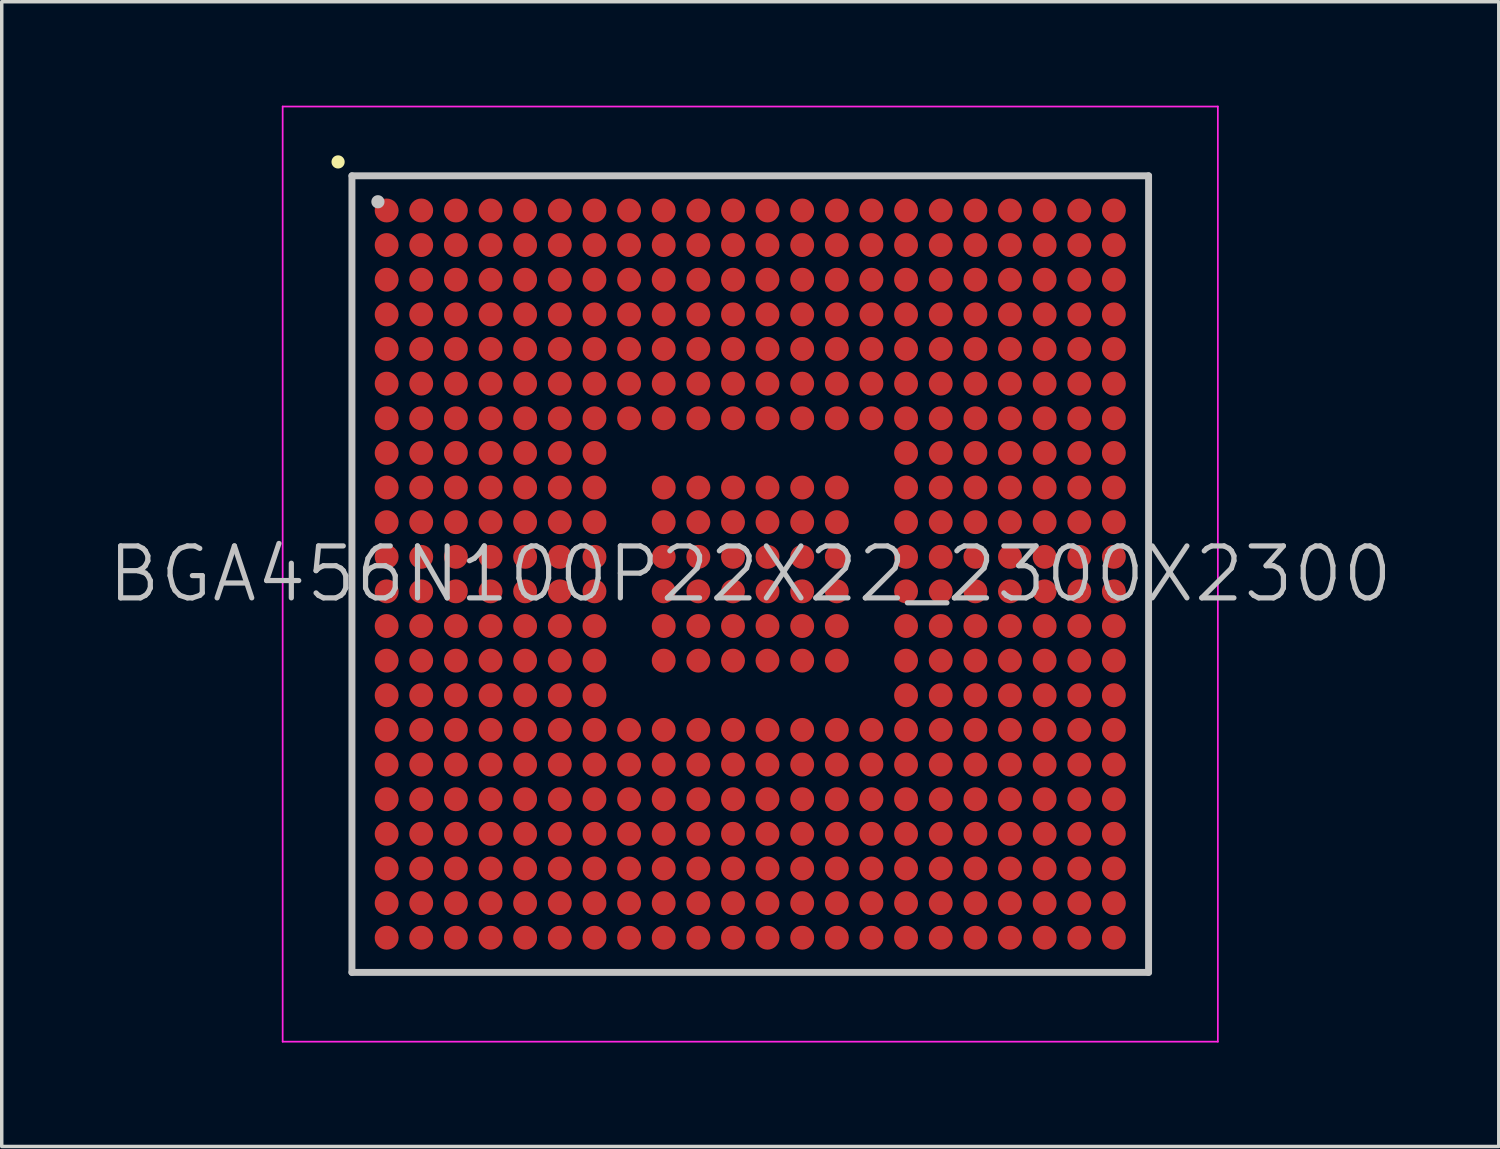
<source format=kicad_pcb>
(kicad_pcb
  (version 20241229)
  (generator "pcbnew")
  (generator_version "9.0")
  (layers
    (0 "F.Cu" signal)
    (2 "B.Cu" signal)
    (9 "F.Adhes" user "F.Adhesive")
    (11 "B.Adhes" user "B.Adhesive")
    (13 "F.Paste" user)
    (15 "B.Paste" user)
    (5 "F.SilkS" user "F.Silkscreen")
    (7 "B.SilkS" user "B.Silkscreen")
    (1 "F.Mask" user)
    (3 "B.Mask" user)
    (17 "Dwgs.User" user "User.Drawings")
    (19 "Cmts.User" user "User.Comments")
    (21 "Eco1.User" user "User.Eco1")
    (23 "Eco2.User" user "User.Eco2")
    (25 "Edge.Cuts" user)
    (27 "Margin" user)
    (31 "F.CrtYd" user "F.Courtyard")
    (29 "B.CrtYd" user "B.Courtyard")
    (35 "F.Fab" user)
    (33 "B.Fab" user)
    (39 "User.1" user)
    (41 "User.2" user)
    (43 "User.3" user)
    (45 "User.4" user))
  (footprint "BGA456N100P22X22_2300X2300"
    (layer "F.Cu")
    (at 18.611 13.525)
    (property "Reference" "BGA456N100P22X22_2300X2300" (at 0 0 0) (layer "Dwgs.User") (effects (font (size 1.5 1.5) (thickness 0.15))))
    (attr smd)
    (fp_line (start -11.9 -11.9) (end -11.9 -11.9) (stroke (width 0.381) (type solid)) (layer "F.SilkS"))
    (fp_line (start -11.5 -11.5) (end -11.5 11.5) (stroke (width 0.2) (type solid)) (layer "Dwgs.User"))
    (fp_line (start -11.5 -11.5) (end 11.5 -11.5) (stroke (width 0.2) (type solid)) (layer "Dwgs.User"))
    (fp_line (start -11.5 11.5) (end 11.5 11.5) (stroke (width 0.2) (type solid)) (layer "Dwgs.User"))
    (fp_line (start -10.75 -10.75) (end -10.75 -10.75) (stroke (width 0.381) (type solid)) (layer "Dwgs.User"))
    (fp_line (start 11.5 -11.5) (end 11.5 11.5) (stroke (width 0.2) (type solid)) (layer "Dwgs.User"))
    (fp_line (start -13.5 -13.5) (end -13.5 13.5) (stroke (width 0.05) (type solid)) (layer "F.CrtYd"))
    (fp_line (start -13.5 -13.5) (end 13.5 -13.5) (stroke (width 0.05) (type solid)) (layer "F.CrtYd"))
    (fp_line (start -13.5 13.5) (end 13.5 13.5) (stroke (width 0.05) (type solid)) (layer "F.CrtYd"))
    (fp_line (start 13.5 -13.5) (end 13.5 13.5) (stroke (width 0.05) (type solid)) (layer "F.CrtYd"))
    (pad "A1" smd circle (at -10.498 -10.498 270) (size 0.69 0.69) (layers "F.Cu" "F.Mask" "F.Paste"))
    (pad "A2" smd circle (at -9.5 -10.498 270) (size 0.69 0.69) (layers "F.Cu" "F.Mask" "F.Paste"))
    (pad "A3" smd circle (at -8.499 -10.498 270) (size 0.69 0.69) (layers "F.Cu" "F.Mask" "F.Paste"))
    (pad "A4" smd circle (at -7.498 -10.498 270) (size 0.69 0.69) (layers "F.Cu" "F.Mask" "F.Paste"))
    (pad "A5" smd circle (at -6.5 -10.498 270) (size 0.69 0.69) (layers "F.Cu" "F.Mask" "F.Paste"))
    (pad "A6" smd circle (at -5.499 -10.498 270) (size 0.69 0.69) (layers "F.Cu" "F.Mask" "F.Paste"))
    (pad "A7" smd circle (at -4.498 -10.498 270) (size 0.69 0.69) (layers "F.Cu" "F.Mask" "F.Paste"))
    (pad "A8" smd circle (at -3.498 -10.498 270) (size 0.69 0.69) (layers "F.Cu" "F.Mask" "F.Paste"))
    (pad "A9" smd circle (at -2.499 -10.498 270) (size 0.69 0.69) (layers "F.Cu" "F.Mask" "F.Paste"))
    (pad "A10" smd circle (at -1.499 -10.498 270) (size 0.69 0.69) (layers "F.Cu" "F.Mask" "F.Paste"))
    (pad "A11" smd circle (at -0.498 -10.498 270) (size 0.69 0.69) (layers "F.Cu" "F.Mask" "F.Paste"))
    (pad "A12" smd circle (at 0.498 -10.498 270) (size 0.69 0.69) (layers "F.Cu" "F.Mask" "F.Paste"))
    (pad "A13" smd circle (at 1.499 -10.498 270) (size 0.69 0.69) (layers "F.Cu" "F.Mask" "F.Paste"))
    (pad "A14" smd circle (at 2.499 -10.498 270) (size 0.69 0.69) (layers "F.Cu" "F.Mask" "F.Paste"))
    (pad "A15" smd circle (at 3.498 -10.498 270) (size 0.69 0.69) (layers "F.Cu" "F.Mask" "F.Paste"))
    (pad "A16" smd circle (at 4.498 -10.498 270) (size 0.69 0.69) (layers "F.Cu" "F.Mask" "F.Paste"))
    (pad "A17" smd circle (at 5.499 -10.498 270) (size 0.69 0.69) (layers "F.Cu" "F.Mask" "F.Paste"))
    (pad "A18" smd circle (at 6.5 -10.498 270) (size 0.69 0.69) (layers "F.Cu" "F.Mask" "F.Paste"))
    (pad "A19" smd circle (at 7.498 -10.498 270) (size 0.69 0.69) (layers "F.Cu" "F.Mask" "F.Paste"))
    (pad "A20" smd circle (at 8.499 -10.498 270) (size 0.69 0.69) (layers "F.Cu" "F.Mask" "F.Paste"))
    (pad "A21" smd circle (at 9.5 -10.498 270) (size 0.69 0.69) (layers "F.Cu" "F.Mask" "F.Paste"))
    (pad "A22" smd circle (at 10.498 -10.498 270) (size 0.69 0.69) (layers "F.Cu" "F.Mask" "F.Paste"))
    (pad "AA1" smd circle (at -10.498 9.5 270) (size 0.69 0.69) (layers "F.Cu" "F.Mask" "F.Paste"))
    (pad "AA2" smd circle (at -9.5 9.5 270) (size 0.69 0.69) (layers "F.Cu" "F.Mask" "F.Paste"))
    (pad "AA3" smd circle (at -8.499 9.5 270) (size 0.69 0.69) (layers "F.Cu" "F.Mask" "F.Paste"))
    (pad "AA4" smd circle (at -7.498 9.5 270) (size 0.69 0.69) (layers "F.Cu" "F.Mask" "F.Paste"))
    (pad "AA5" smd circle (at -6.5 9.5 270) (size 0.69 0.69) (layers "F.Cu" "F.Mask" "F.Paste"))
    (pad "AA6" smd circle (at -5.499 9.5 270) (size 0.69 0.69) (layers "F.Cu" "F.Mask" "F.Paste"))
    (pad "AA7" smd circle (at -4.498 9.5 270) (size 0.69 0.69) (layers "F.Cu" "F.Mask" "F.Paste"))
    (pad "AA8" smd circle (at -3.498 9.5 270) (size 0.69 0.69) (layers "F.Cu" "F.Mask" "F.Paste"))
    (pad "AA9" smd circle (at -2.499 9.5 270) (size 0.69 0.69) (layers "F.Cu" "F.Mask" "F.Paste"))
    (pad "AA10" smd circle (at -1.499 9.5 270) (size 0.69 0.69) (layers "F.Cu" "F.Mask" "F.Paste"))
    (pad "AA11" smd circle (at -0.498 9.5 270) (size 0.69 0.69) (layers "F.Cu" "F.Mask" "F.Paste"))
    (pad "AA12" smd circle (at 0.498 9.5 270) (size 0.69 0.69) (layers "F.Cu" "F.Mask" "F.Paste"))
    (pad "AA13" smd circle (at 1.499 9.5 270) (size 0.69 0.69) (layers "F.Cu" "F.Mask" "F.Paste"))
    (pad "AA14" smd circle (at 2.499 9.5 270) (size 0.69 0.69) (layers "F.Cu" "F.Mask" "F.Paste"))
    (pad "AA15" smd circle (at 3.498 9.5 270) (size 0.69 0.69) (layers "F.Cu" "F.Mask" "F.Paste"))
    (pad "AA16" smd circle (at 4.498 9.5 270) (size 0.69 0.69) (layers "F.Cu" "F.Mask" "F.Paste"))
    (pad "AA17" smd circle (at 5.499 9.5 270) (size 0.69 0.69) (layers "F.Cu" "F.Mask" "F.Paste"))
    (pad "AA18" smd circle (at 6.5 9.5 270) (size 0.69 0.69) (layers "F.Cu" "F.Mask" "F.Paste"))
    (pad "AA19" smd circle (at 7.498 9.5 270) (size 0.69 0.69) (layers "F.Cu" "F.Mask" "F.Paste"))
    (pad "AA20" smd circle (at 8.499 9.5 270) (size 0.69 0.69) (layers "F.Cu" "F.Mask" "F.Paste"))
    (pad "AA21" smd circle (at 9.5 9.5 270) (size 0.69 0.69) (layers "F.Cu" "F.Mask" "F.Paste"))
    (pad "AA22" smd circle (at 10.498 9.5 270) (size 0.69 0.69) (layers "F.Cu" "F.Mask" "F.Paste"))
    (pad "AB1" smd circle (at -10.498 10.498 270) (size 0.69 0.69) (layers "F.Cu" "F.Mask" "F.Paste"))
    (pad "AB2" smd circle (at -9.5 10.498 270) (size 0.69 0.69) (layers "F.Cu" "F.Mask" "F.Paste"))
    (pad "AB3" smd circle (at -8.499 10.498 270) (size 0.69 0.69) (layers "F.Cu" "F.Mask" "F.Paste"))
    (pad "AB4" smd circle (at -7.498 10.498 270) (size 0.69 0.69) (layers "F.Cu" "F.Mask" "F.Paste"))
    (pad "AB5" smd circle (at -6.5 10.498 270) (size 0.69 0.69) (layers "F.Cu" "F.Mask" "F.Paste"))
    (pad "AB6" smd circle (at -5.499 10.498 270) (size 0.69 0.69) (layers "F.Cu" "F.Mask" "F.Paste"))
    (pad "AB7" smd circle (at -4.498 10.498 270) (size 0.69 0.69) (layers "F.Cu" "F.Mask" "F.Paste"))
    (pad "AB8" smd circle (at -3.498 10.498 270) (size 0.69 0.69) (layers "F.Cu" "F.Mask" "F.Paste"))
    (pad "AB9" smd circle (at -2.499 10.498 270) (size 0.69 0.69) (layers "F.Cu" "F.Mask" "F.Paste"))
    (pad "AB10" smd circle (at -1.499 10.498 270) (size 0.69 0.69) (layers "F.Cu" "F.Mask" "F.Paste"))
    (pad "AB11" smd circle (at -0.498 10.498 270) (size 0.69 0.69) (layers "F.Cu" "F.Mask" "F.Paste"))
    (pad "AB12" smd circle (at 0.498 10.498 270) (size 0.69 0.69) (layers "F.Cu" "F.Mask" "F.Paste"))
    (pad "AB13" smd circle (at 1.499 10.498 270) (size 0.69 0.69) (layers "F.Cu" "F.Mask" "F.Paste"))
    (pad "AB14" smd circle (at 2.499 10.498 270) (size 0.69 0.69) (layers "F.Cu" "F.Mask" "F.Paste"))
    (pad "AB15" smd circle (at 3.498 10.498 270) (size 0.69 0.69) (layers "F.Cu" "F.Mask" "F.Paste"))
    (pad "AB16" smd circle (at 4.498 10.498 270) (size 0.69 0.69) (layers "F.Cu" "F.Mask" "F.Paste"))
    (pad "AB17" smd circle (at 5.499 10.498 270) (size 0.69 0.69) (layers "F.Cu" "F.Mask" "F.Paste"))
    (pad "AB18" smd circle (at 6.5 10.498 270) (size 0.69 0.69) (layers "F.Cu" "F.Mask" "F.Paste"))
    (pad "AB19" smd circle (at 7.498 10.498 270) (size 0.69 0.69) (layers "F.Cu" "F.Mask" "F.Paste"))
    (pad "AB20" smd circle (at 8.499 10.498 270) (size 0.69 0.69) (layers "F.Cu" "F.Mask" "F.Paste"))
    (pad "AB21" smd circle (at 9.5 10.498 270) (size 0.69 0.69) (layers "F.Cu" "F.Mask" "F.Paste"))
    (pad "AB22" smd circle (at 10.498 10.498 270) (size 0.69 0.69) (layers "F.Cu" "F.Mask" "F.Paste"))
    (pad "B1" smd circle (at -10.498 -9.5 270) (size 0.69 0.69) (layers "F.Cu" "F.Mask" "F.Paste"))
    (pad "B2" smd circle (at -9.5 -9.5 270) (size 0.69 0.69) (layers "F.Cu" "F.Mask" "F.Paste"))
    (pad "B3" smd circle (at -8.499 -9.5 270) (size 0.69 0.69) (layers "F.Cu" "F.Mask" "F.Paste"))
    (pad "B4" smd circle (at -7.498 -9.5 270) (size 0.69 0.69) (layers "F.Cu" "F.Mask" "F.Paste"))
    (pad "B5" smd circle (at -6.5 -9.5 270) (size 0.69 0.69) (layers "F.Cu" "F.Mask" "F.Paste"))
    (pad "B6" smd circle (at -5.499 -9.5 270) (size 0.69 0.69) (layers "F.Cu" "F.Mask" "F.Paste"))
    (pad "B7" smd circle (at -4.498 -9.5 270) (size 0.69 0.69) (layers "F.Cu" "F.Mask" "F.Paste"))
    (pad "B8" smd circle (at -3.498 -9.5 270) (size 0.69 0.69) (layers "F.Cu" "F.Mask" "F.Paste"))
    (pad "B9" smd circle (at -2.499 -9.5 270) (size 0.69 0.69) (layers "F.Cu" "F.Mask" "F.Paste"))
    (pad "B10" smd circle (at -1.499 -9.5 270) (size 0.69 0.69) (layers "F.Cu" "F.Mask" "F.Paste"))
    (pad "B11" smd circle (at -0.498 -9.5 270) (size 0.69 0.69) (layers "F.Cu" "F.Mask" "F.Paste"))
    (pad "B12" smd circle (at 0.498 -9.5 270) (size 0.69 0.69) (layers "F.Cu" "F.Mask" "F.Paste"))
    (pad "B13" smd circle (at 1.499 -9.5 270) (size 0.69 0.69) (layers "F.Cu" "F.Mask" "F.Paste"))
    (pad "B14" smd circle (at 2.499 -9.5 270) (size 0.69 0.69) (layers "F.Cu" "F.Mask" "F.Paste"))
    (pad "B15" smd circle (at 3.498 -9.5 270) (size 0.69 0.69) (layers "F.Cu" "F.Mask" "F.Paste"))
    (pad "B16" smd circle (at 4.498 -9.5 270) (size 0.69 0.69) (layers "F.Cu" "F.Mask" "F.Paste"))
    (pad "B17" smd circle (at 5.499 -9.5 270) (size 0.69 0.69) (layers "F.Cu" "F.Mask" "F.Paste"))
    (pad "B18" smd circle (at 6.5 -9.5 270) (size 0.69 0.69) (layers "F.Cu" "F.Mask" "F.Paste"))
    (pad "B19" smd circle (at 7.498 -9.5 270) (size 0.69 0.69) (layers "F.Cu" "F.Mask" "F.Paste"))
    (pad "B20" smd circle (at 8.499 -9.5 270) (size 0.69 0.69) (layers "F.Cu" "F.Mask" "F.Paste"))
    (pad "B21" smd circle (at 9.5 -9.5 270) (size 0.69 0.69) (layers "F.Cu" "F.Mask" "F.Paste"))
    (pad "B22" smd circle (at 10.498 -9.5 270) (size 0.69 0.69) (layers "F.Cu" "F.Mask" "F.Paste"))
    (pad "C1" smd circle (at -10.498 -8.499 270) (size 0.69 0.69) (layers "F.Cu" "F.Mask" "F.Paste"))
    (pad "C2" smd circle (at -9.5 -8.499 270) (size 0.69 0.69) (layers "F.Cu" "F.Mask" "F.Paste"))
    (pad "C3" smd circle (at -8.499 -8.499 270) (size 0.69 0.69) (layers "F.Cu" "F.Mask" "F.Paste"))
    (pad "C4" smd circle (at -7.498 -8.499 270) (size 0.69 0.69) (layers "F.Cu" "F.Mask" "F.Paste"))
    (pad "C5" smd circle (at -6.5 -8.499 270) (size 0.69 0.69) (layers "F.Cu" "F.Mask" "F.Paste"))
    (pad "C6" smd circle (at -5.499 -8.499 270) (size 0.69 0.69) (layers "F.Cu" "F.Mask" "F.Paste"))
    (pad "C7" smd circle (at -4.498 -8.499 270) (size 0.69 0.69) (layers "F.Cu" "F.Mask" "F.Paste"))
    (pad "C8" smd circle (at -3.498 -8.499 270) (size 0.69 0.69) (layers "F.Cu" "F.Mask" "F.Paste"))
    (pad "C9" smd circle (at -2.499 -8.499 270) (size 0.69 0.69) (layers "F.Cu" "F.Mask" "F.Paste"))
    (pad "C10" smd circle (at -1.499 -8.499 270) (size 0.69 0.69) (layers "F.Cu" "F.Mask" "F.Paste"))
    (pad "C11" smd circle (at -0.498 -8.499 270) (size 0.69 0.69) (layers "F.Cu" "F.Mask" "F.Paste"))
    (pad "C12" smd circle (at 0.498 -8.499 270) (size 0.69 0.69) (layers "F.Cu" "F.Mask" "F.Paste"))
    (pad "C13" smd circle (at 1.499 -8.499 270) (size 0.69 0.69) (layers "F.Cu" "F.Mask" "F.Paste"))
    (pad "C14" smd circle (at 2.499 -8.499 270) (size 0.69 0.69) (layers "F.Cu" "F.Mask" "F.Paste"))
    (pad "C15" smd circle (at 3.498 -8.499 270) (size 0.69 0.69) (layers "F.Cu" "F.Mask" "F.Paste"))
    (pad "C16" smd circle (at 4.498 -8.499 270) (size 0.69 0.69) (layers "F.Cu" "F.Mask" "F.Paste"))
    (pad "C17" smd circle (at 5.499 -8.499 270) (size 0.69 0.69) (layers "F.Cu" "F.Mask" "F.Paste"))
    (pad "C18" smd circle (at 6.5 -8.499 270) (size 0.69 0.69) (layers "F.Cu" "F.Mask" "F.Paste"))
    (pad "C19" smd circle (at 7.498 -8.499 270) (size 0.69 0.69) (layers "F.Cu" "F.Mask" "F.Paste"))
    (pad "C20" smd circle (at 8.499 -8.499 270) (size 0.69 0.69) (layers "F.Cu" "F.Mask" "F.Paste"))
    (pad "C21" smd circle (at 9.5 -8.499 270) (size 0.69 0.69) (layers "F.Cu" "F.Mask" "F.Paste"))
    (pad "C22" smd circle (at 10.498 -8.499 270) (size 0.69 0.69) (layers "F.Cu" "F.Mask" "F.Paste"))
    (pad "D1" smd circle (at -10.498 -7.498 270) (size 0.69 0.69) (layers "F.Cu" "F.Mask" "F.Paste"))
    (pad "D2" smd circle (at -9.5 -7.498 270) (size 0.69 0.69) (layers "F.Cu" "F.Mask" "F.Paste"))
    (pad "D3" smd circle (at -8.499 -7.498 270) (size 0.69 0.69) (layers "F.Cu" "F.Mask" "F.Paste"))
    (pad "D4" smd circle (at -7.498 -7.498 270) (size 0.69 0.69) (layers "F.Cu" "F.Mask" "F.Paste"))
    (pad "D5" smd circle (at -6.5 -7.498 270) (size 0.69 0.69) (layers "F.Cu" "F.Mask" "F.Paste"))
    (pad "D6" smd circle (at -5.499 -7.498 270) (size 0.69 0.69) (layers "F.Cu" "F.Mask" "F.Paste"))
    (pad "D7" smd circle (at -4.498 -7.498 270) (size 0.69 0.69) (layers "F.Cu" "F.Mask" "F.Paste"))
    (pad "D8" smd circle (at -3.498 -7.498 270) (size 0.69 0.69) (layers "F.Cu" "F.Mask" "F.Paste"))
    (pad "D9" smd circle (at -2.499 -7.498 270) (size 0.69 0.69) (layers "F.Cu" "F.Mask" "F.Paste"))
    (pad "D10" smd circle (at -1.499 -7.498 270) (size 0.69 0.69) (layers "F.Cu" "F.Mask" "F.Paste"))
    (pad "D11" smd circle (at -0.498 -7.498 270) (size 0.69 0.69) (layers "F.Cu" "F.Mask" "F.Paste"))
    (pad "D12" smd circle (at 0.498 -7.498 270) (size 0.69 0.69) (layers "F.Cu" "F.Mask" "F.Paste"))
    (pad "D13" smd circle (at 1.499 -7.498 270) (size 0.69 0.69) (layers "F.Cu" "F.Mask" "F.Paste"))
    (pad "D14" smd circle (at 2.499 -7.498 270) (size 0.69 0.69) (layers "F.Cu" "F.Mask" "F.Paste"))
    (pad "D15" smd circle (at 3.498 -7.498 270) (size 0.69 0.69) (layers "F.Cu" "F.Mask" "F.Paste"))
    (pad "D16" smd circle (at 4.498 -7.498 270) (size 0.69 0.69) (layers "F.Cu" "F.Mask" "F.Paste"))
    (pad "D17" smd circle (at 5.499 -7.498 270) (size 0.69 0.69) (layers "F.Cu" "F.Mask" "F.Paste"))
    (pad "D18" smd circle (at 6.5 -7.498 270) (size 0.69 0.69) (layers "F.Cu" "F.Mask" "F.Paste"))
    (pad "D19" smd circle (at 7.498 -7.498 270) (size 0.69 0.69) (layers "F.Cu" "F.Mask" "F.Paste"))
    (pad "D20" smd circle (at 8.499 -7.498 270) (size 0.69 0.69) (layers "F.Cu" "F.Mask" "F.Paste"))
    (pad "D21" smd circle (at 9.5 -7.498 270) (size 0.69 0.69) (layers "F.Cu" "F.Mask" "F.Paste"))
    (pad "D22" smd circle (at 10.498 -7.498 270) (size 0.69 0.69) (layers "F.Cu" "F.Mask" "F.Paste"))
    (pad "E1" smd circle (at -10.498 -6.5 270) (size 0.69 0.69) (layers "F.Cu" "F.Mask" "F.Paste"))
    (pad "E2" smd circle (at -9.5 -6.5 270) (size 0.69 0.69) (layers "F.Cu" "F.Mask" "F.Paste"))
    (pad "E3" smd circle (at -8.499 -6.5 270) (size 0.69 0.69) (layers "F.Cu" "F.Mask" "F.Paste"))
    (pad "E4" smd circle (at -7.498 -6.5 270) (size 0.69 0.69) (layers "F.Cu" "F.Mask" "F.Paste"))
    (pad "E5" smd circle (at -6.5 -6.5 270) (size 0.69 0.69) (layers "F.Cu" "F.Mask" "F.Paste"))
    (pad "E6" smd circle (at -5.499 -6.5 270) (size 0.69 0.69) (layers "F.Cu" "F.Mask" "F.Paste"))
    (pad "E7" smd circle (at -4.498 -6.5 270) (size 0.69 0.69) (layers "F.Cu" "F.Mask" "F.Paste"))
    (pad "E8" smd circle (at -3.498 -6.5 270) (size 0.69 0.69) (layers "F.Cu" "F.Mask" "F.Paste"))
    (pad "E9" smd circle (at -2.499 -6.5 270) (size 0.69 0.69) (layers "F.Cu" "F.Mask" "F.Paste"))
    (pad "E10" smd circle (at -1.499 -6.5 270) (size 0.69 0.69) (layers "F.Cu" "F.Mask" "F.Paste"))
    (pad "E11" smd circle (at -0.498 -6.5 270) (size 0.69 0.69) (layers "F.Cu" "F.Mask" "F.Paste"))
    (pad "E12" smd circle (at 0.498 -6.5 270) (size 0.69 0.69) (layers "F.Cu" "F.Mask" "F.Paste"))
    (pad "E13" smd circle (at 1.499 -6.5 270) (size 0.69 0.69) (layers "F.Cu" "F.Mask" "F.Paste"))
    (pad "E14" smd circle (at 2.499 -6.5 270) (size 0.69 0.69) (layers "F.Cu" "F.Mask" "F.Paste"))
    (pad "E15" smd circle (at 3.498 -6.5 270) (size 0.69 0.69) (layers "F.Cu" "F.Mask" "F.Paste"))
    (pad "E16" smd circle (at 4.498 -6.5 270) (size 0.69 0.69) (layers "F.Cu" "F.Mask" "F.Paste"))
    (pad "E17" smd circle (at 5.499 -6.5 270) (size 0.69 0.69) (layers "F.Cu" "F.Mask" "F.Paste"))
    (pad "E18" smd circle (at 6.5 -6.5 270) (size 0.69 0.69) (layers "F.Cu" "F.Mask" "F.Paste"))
    (pad "E19" smd circle (at 7.498 -6.5 270) (size 0.69 0.69) (layers "F.Cu" "F.Mask" "F.Paste"))
    (pad "E20" smd circle (at 8.499 -6.5 270) (size 0.69 0.69) (layers "F.Cu" "F.Mask" "F.Paste"))
    (pad "E21" smd circle (at 9.5 -6.5 270) (size 0.69 0.69) (layers "F.Cu" "F.Mask" "F.Paste"))
    (pad "E22" smd circle (at 10.498 -6.5 270) (size 0.69 0.69) (layers "F.Cu" "F.Mask" "F.Paste"))
    (pad "F1" smd circle (at -10.498 -5.499 270) (size 0.69 0.69) (layers "F.Cu" "F.Mask" "F.Paste"))
    (pad "F2" smd circle (at -9.5 -5.499 270) (size 0.69 0.69) (layers "F.Cu" "F.Mask" "F.Paste"))
    (pad "F3" smd circle (at -8.499 -5.499 270) (size 0.69 0.69) (layers "F.Cu" "F.Mask" "F.Paste"))
    (pad "F4" smd circle (at -7.498 -5.499 270) (size 0.69 0.69) (layers "F.Cu" "F.Mask" "F.Paste"))
    (pad "F5" smd circle (at -6.5 -5.499 270) (size 0.69 0.69) (layers "F.Cu" "F.Mask" "F.Paste"))
    (pad "F6" smd circle (at -5.499 -5.499 270) (size 0.69 0.69) (layers "F.Cu" "F.Mask" "F.Paste"))
    (pad "F7" smd circle (at -4.498 -5.499 270) (size 0.69 0.69) (layers "F.Cu" "F.Mask" "F.Paste"))
    (pad "F8" smd circle (at -3.498 -5.499 270) (size 0.69 0.69) (layers "F.Cu" "F.Mask" "F.Paste"))
    (pad "F9" smd circle (at -2.499 -5.499 270) (size 0.69 0.69) (layers "F.Cu" "F.Mask" "F.Paste"))
    (pad "F10" smd circle (at -1.499 -5.499 270) (size 0.69 0.69) (layers "F.Cu" "F.Mask" "F.Paste"))
    (pad "F11" smd circle (at -0.498 -5.499 270) (size 0.69 0.69) (layers "F.Cu" "F.Mask" "F.Paste"))
    (pad "F12" smd circle (at 0.498 -5.499 270) (size 0.69 0.69) (layers "F.Cu" "F.Mask" "F.Paste"))
    (pad "F13" smd circle (at 1.499 -5.499 270) (size 0.69 0.69) (layers "F.Cu" "F.Mask" "F.Paste"))
    (pad "F14" smd circle (at 2.499 -5.499 270) (size 0.69 0.69) (layers "F.Cu" "F.Mask" "F.Paste"))
    (pad "F15" smd circle (at 3.498 -5.499 270) (size 0.69 0.69) (layers "F.Cu" "F.Mask" "F.Paste"))
    (pad "F16" smd circle (at 4.498 -5.499 270) (size 0.69 0.69) (layers "F.Cu" "F.Mask" "F.Paste"))
    (pad "F17" smd circle (at 5.499 -5.499 270) (size 0.69 0.69) (layers "F.Cu" "F.Mask" "F.Paste"))
    (pad "F18" smd circle (at 6.5 -5.499 270) (size 0.69 0.69) (layers "F.Cu" "F.Mask" "F.Paste"))
    (pad "F19" smd circle (at 7.498 -5.499 270) (size 0.69 0.69) (layers "F.Cu" "F.Mask" "F.Paste"))
    (pad "F20" smd circle (at 8.499 -5.499 270) (size 0.69 0.69) (layers "F.Cu" "F.Mask" "F.Paste"))
    (pad "F21" smd circle (at 9.5 -5.499 270) (size 0.69 0.69) (layers "F.Cu" "F.Mask" "F.Paste"))
    (pad "F22" smd circle (at 10.498 -5.499 270) (size 0.69 0.69) (layers "F.Cu" "F.Mask" "F.Paste"))
    (pad "G1" smd circle (at -10.498 -4.498 270) (size 0.69 0.69) (layers "F.Cu" "F.Mask" "F.Paste"))
    (pad "G2" smd circle (at -9.5 -4.498 270) (size 0.69 0.69) (layers "F.Cu" "F.Mask" "F.Paste"))
    (pad "G3" smd circle (at -8.499 -4.498 270) (size 0.69 0.69) (layers "F.Cu" "F.Mask" "F.Paste"))
    (pad "G4" smd circle (at -7.498 -4.498 270) (size 0.69 0.69) (layers "F.Cu" "F.Mask" "F.Paste"))
    (pad "G5" smd circle (at -6.5 -4.498 270) (size 0.69 0.69) (layers "F.Cu" "F.Mask" "F.Paste"))
    (pad "G6" smd circle (at -5.499 -4.498 270) (size 0.69 0.69) (layers "F.Cu" "F.Mask" "F.Paste"))
    (pad "G7" smd circle (at -4.498 -4.498 270) (size 0.69 0.69) (layers "F.Cu" "F.Mask" "F.Paste"))
    (pad "G8" smd circle (at -3.498 -4.498 270) (size 0.69 0.69) (layers "F.Cu" "F.Mask" "F.Paste"))
    (pad "G9" smd circle (at -2.499 -4.498 270) (size 0.69 0.69) (layers "F.Cu" "F.Mask" "F.Paste"))
    (pad "G10" smd circle (at -1.499 -4.498 270) (size 0.69 0.69) (layers "F.Cu" "F.Mask" "F.Paste"))
    (pad "G11" smd circle (at -0.498 -4.498 270) (size 0.69 0.69) (layers "F.Cu" "F.Mask" "F.Paste"))
    (pad "G12" smd circle (at 0.498 -4.498 270) (size 0.69 0.69) (layers "F.Cu" "F.Mask" "F.Paste"))
    (pad "G13" smd circle (at 1.499 -4.498 270) (size 0.69 0.69) (layers "F.Cu" "F.Mask" "F.Paste"))
    (pad "G14" smd circle (at 2.499 -4.498 270) (size 0.69 0.69) (layers "F.Cu" "F.Mask" "F.Paste"))
    (pad "G15" smd circle (at 3.498 -4.498 270) (size 0.69 0.69) (layers "F.Cu" "F.Mask" "F.Paste"))
    (pad "G16" smd circle (at 4.498 -4.498 270) (size 0.69 0.69) (layers "F.Cu" "F.Mask" "F.Paste"))
    (pad "G17" smd circle (at 5.499 -4.498 270) (size 0.69 0.69) (layers "F.Cu" "F.Mask" "F.Paste"))
    (pad "G18" smd circle (at 6.5 -4.498 270) (size 0.69 0.69) (layers "F.Cu" "F.Mask" "F.Paste"))
    (pad "G19" smd circle (at 7.498 -4.498 270) (size 0.69 0.69) (layers "F.Cu" "F.Mask" "F.Paste"))
    (pad "G20" smd circle (at 8.499 -4.498 270) (size 0.69 0.69) (layers "F.Cu" "F.Mask" "F.Paste"))
    (pad "G21" smd circle (at 9.5 -4.498 270) (size 0.69 0.69) (layers "F.Cu" "F.Mask" "F.Paste"))
    (pad "G22" smd circle (at 10.498 -4.498 270) (size 0.69 0.69) (layers "F.Cu" "F.Mask" "F.Paste"))
    (pad "H1" smd circle (at -10.498 -3.498 270) (size 0.69 0.69) (layers "F.Cu" "F.Mask" "F.Paste"))
    (pad "H2" smd circle (at -9.5 -3.498 270) (size 0.69 0.69) (layers "F.Cu" "F.Mask" "F.Paste"))
    (pad "H3" smd circle (at -8.499 -3.498 270) (size 0.69 0.69) (layers "F.Cu" "F.Mask" "F.Paste"))
    (pad "H4" smd circle (at -7.498 -3.498 270) (size 0.69 0.69) (layers "F.Cu" "F.Mask" "F.Paste"))
    (pad "H5" smd circle (at -6.5 -3.498 270) (size 0.69 0.69) (layers "F.Cu" "F.Mask" "F.Paste"))
    (pad "H6" smd circle (at -5.499 -3.498 270) (size 0.69 0.69) (layers "F.Cu" "F.Mask" "F.Paste"))
    (pad "H7" smd circle (at -4.498 -3.498 270) (size 0.69 0.69) (layers "F.Cu" "F.Mask" "F.Paste"))
    (pad "H16" smd circle (at 4.498 -3.498 270) (size 0.69 0.69) (layers "F.Cu" "F.Mask" "F.Paste"))
    (pad "H17" smd circle (at 5.499 -3.498 270) (size 0.69 0.69) (layers "F.Cu" "F.Mask" "F.Paste"))
    (pad "H18" smd circle (at 6.5 -3.498 270) (size 0.69 0.69) (layers "F.Cu" "F.Mask" "F.Paste"))
    (pad "H19" smd circle (at 7.498 -3.498 270) (size 0.69 0.69) (layers "F.Cu" "F.Mask" "F.Paste"))
    (pad "H20" smd circle (at 8.499 -3.498 270) (size 0.69 0.69) (layers "F.Cu" "F.Mask" "F.Paste"))
    (pad "H21" smd circle (at 9.5 -3.498 270) (size 0.69 0.69) (layers "F.Cu" "F.Mask" "F.Paste"))
    (pad "H22" smd circle (at 10.498 -3.498 270) (size 0.69 0.69) (layers "F.Cu" "F.Mask" "F.Paste"))
    (pad "J1" smd circle (at -10.498 -2.499 270) (size 0.69 0.69) (layers "F.Cu" "F.Mask" "F.Paste"))
    (pad "J2" smd circle (at -9.5 -2.499 270) (size 0.69 0.69) (layers "F.Cu" "F.Mask" "F.Paste"))
    (pad "J3" smd circle (at -8.499 -2.499 270) (size 0.69 0.69) (layers "F.Cu" "F.Mask" "F.Paste"))
    (pad "J4" smd circle (at -7.498 -2.499 270) (size 0.69 0.69) (layers "F.Cu" "F.Mask" "F.Paste"))
    (pad "J5" smd circle (at -6.5 -2.499 270) (size 0.69 0.69) (layers "F.Cu" "F.Mask" "F.Paste"))
    (pad "J6" smd circle (at -5.499 -2.499 270) (size 0.69 0.69) (layers "F.Cu" "F.Mask" "F.Paste"))
    (pad "J7" smd circle (at -4.498 -2.499 270) (size 0.69 0.69) (layers "F.Cu" "F.Mask" "F.Paste"))
    (pad "J9" smd circle (at -2.499 -2.499 270) (size 0.69 0.69) (layers "F.Cu" "F.Mask" "F.Paste"))
    (pad "J10" smd circle (at -1.499 -2.499 270) (size 0.69 0.69) (layers "F.Cu" "F.Mask" "F.Paste"))
    (pad "J11" smd circle (at -0.498 -2.499 270) (size 0.69 0.69) (layers "F.Cu" "F.Mask" "F.Paste"))
    (pad "J12" smd circle (at 0.498 -2.499 270) (size 0.69 0.69) (layers "F.Cu" "F.Mask" "F.Paste"))
    (pad "J13" smd circle (at 1.499 -2.499 270) (size 0.69 0.69) (layers "F.Cu" "F.Mask" "F.Paste"))
    (pad "J14" smd circle (at 2.499 -2.499 270) (size 0.69 0.69) (layers "F.Cu" "F.Mask" "F.Paste"))
    (pad "J16" smd circle (at 4.498 -2.499 270) (size 0.69 0.69) (layers "F.Cu" "F.Mask" "F.Paste"))
    (pad "J17" smd circle (at 5.499 -2.499 270) (size 0.69 0.69) (layers "F.Cu" "F.Mask" "F.Paste"))
    (pad "J18" smd circle (at 6.5 -2.499 270) (size 0.69 0.69) (layers "F.Cu" "F.Mask" "F.Paste"))
    (pad "J19" smd circle (at 7.498 -2.499 270) (size 0.69 0.69) (layers "F.Cu" "F.Mask" "F.Paste"))
    (pad "J20" smd circle (at 8.499 -2.499 270) (size 0.69 0.69) (layers "F.Cu" "F.Mask" "F.Paste"))
    (pad "J21" smd circle (at 9.5 -2.499 270) (size 0.69 0.69) (layers "F.Cu" "F.Mask" "F.Paste"))
    (pad "J22" smd circle (at 10.498 -2.499 270) (size 0.69 0.69) (layers "F.Cu" "F.Mask" "F.Paste"))
    (pad "K1" smd circle (at -10.498 -1.499 270) (size 0.69 0.69) (layers "F.Cu" "F.Mask" "F.Paste"))
    (pad "K2" smd circle (at -9.5 -1.499 270) (size 0.69 0.69) (layers "F.Cu" "F.Mask" "F.Paste"))
    (pad "K3" smd circle (at -8.499 -1.499 270) (size 0.69 0.69) (layers "F.Cu" "F.Mask" "F.Paste"))
    (pad "K4" smd circle (at -7.498 -1.499 270) (size 0.69 0.69) (layers "F.Cu" "F.Mask" "F.Paste"))
    (pad "K5" smd circle (at -6.5 -1.499 270) (size 0.69 0.69) (layers "F.Cu" "F.Mask" "F.Paste"))
    (pad "K6" smd circle (at -5.499 -1.499 270) (size 0.69 0.69) (layers "F.Cu" "F.Mask" "F.Paste"))
    (pad "K7" smd circle (at -4.498 -1.499 270) (size 0.69 0.69) (layers "F.Cu" "F.Mask" "F.Paste"))
    (pad "K9" smd circle (at -2.499 -1.499 270) (size 0.69 0.69) (layers "F.Cu" "F.Mask" "F.Paste"))
    (pad "K10" smd circle (at -1.499 -1.499 270) (size 0.69 0.69) (layers "F.Cu" "F.Mask" "F.Paste"))
    (pad "K11" smd circle (at -0.498 -1.499 270) (size 0.69 0.69) (layers "F.Cu" "F.Mask" "F.Paste"))
    (pad "K12" smd circle (at 0.498 -1.499 270) (size 0.69 0.69) (layers "F.Cu" "F.Mask" "F.Paste"))
    (pad "K13" smd circle (at 1.499 -1.499 270) (size 0.69 0.69) (layers "F.Cu" "F.Mask" "F.Paste"))
    (pad "K14" smd circle (at 2.499 -1.499 270) (size 0.69 0.69) (layers "F.Cu" "F.Mask" "F.Paste"))
    (pad "K16" smd circle (at 4.498 -1.499 270) (size 0.69 0.69) (layers "F.Cu" "F.Mask" "F.Paste"))
    (pad "K17" smd circle (at 5.499 -1.499 270) (size 0.69 0.69) (layers "F.Cu" "F.Mask" "F.Paste"))
    (pad "K18" smd circle (at 6.5 -1.499 270) (size 0.69 0.69) (layers "F.Cu" "F.Mask" "F.Paste"))
    (pad "K19" smd circle (at 7.498 -1.499 270) (size 0.69 0.69) (layers "F.Cu" "F.Mask" "F.Paste"))
    (pad "K20" smd circle (at 8.499 -1.499 270) (size 0.69 0.69) (layers "F.Cu" "F.Mask" "F.Paste"))
    (pad "K21" smd circle (at 9.5 -1.499 270) (size 0.69 0.69) (layers "F.Cu" "F.Mask" "F.Paste"))
    (pad "K22" smd circle (at 10.498 -1.499 270) (size 0.69 0.69) (layers "F.Cu" "F.Mask" "F.Paste"))
    (pad "L1" smd circle (at -10.498 -0.498 270) (size 0.69 0.69) (layers "F.Cu" "F.Mask" "F.Paste"))
    (pad "L2" smd circle (at -9.5 -0.498 270) (size 0.69 0.69) (layers "F.Cu" "F.Mask" "F.Paste"))
    (pad "L3" smd circle (at -8.499 -0.498 270) (size 0.69 0.69) (layers "F.Cu" "F.Mask" "F.Paste"))
    (pad "L4" smd circle (at -7.498 -0.498 270) (size 0.69 0.69) (layers "F.Cu" "F.Mask" "F.Paste"))
    (pad "L5" smd circle (at -6.5 -0.498 270) (size 0.69 0.69) (layers "F.Cu" "F.Mask" "F.Paste"))
    (pad "L6" smd circle (at -5.499 -0.498 270) (size 0.69 0.69) (layers "F.Cu" "F.Mask" "F.Paste"))
    (pad "L7" smd circle (at -4.498 -0.498 270) (size 0.69 0.69) (layers "F.Cu" "F.Mask" "F.Paste"))
    (pad "L9" smd circle (at -2.499 -0.498 270) (size 0.69 0.69) (layers "F.Cu" "F.Mask" "F.Paste"))
    (pad "L10" smd circle (at -1.499 -0.498 270) (size 0.69 0.69) (layers "F.Cu" "F.Mask" "F.Paste"))
    (pad "L11" smd circle (at -0.498 -0.498 270) (size 0.69 0.69) (layers "F.Cu" "F.Mask" "F.Paste"))
    (pad "L12" smd circle (at 0.498 -0.498 270) (size 0.69 0.69) (layers "F.Cu" "F.Mask" "F.Paste"))
    (pad "L13" smd circle (at 1.499 -0.498 270) (size 0.69 0.69) (layers "F.Cu" "F.Mask" "F.Paste"))
    (pad "L14" smd circle (at 2.499 -0.498 270) (size 0.69 0.69) (layers "F.Cu" "F.Mask" "F.Paste"))
    (pad "L16" smd circle (at 4.498 -0.498 270) (size 0.69 0.69) (layers "F.Cu" "F.Mask" "F.Paste"))
    (pad "L17" smd circle (at 5.499 -0.498 270) (size 0.69 0.69) (layers "F.Cu" "F.Mask" "F.Paste"))
    (pad "L18" smd circle (at 6.5 -0.498 270) (size 0.69 0.69) (layers "F.Cu" "F.Mask" "F.Paste"))
    (pad "L19" smd circle (at 7.498 -0.498 270) (size 0.69 0.69) (layers "F.Cu" "F.Mask" "F.Paste"))
    (pad "L20" smd circle (at 8.499 -0.498 270) (size 0.69 0.69) (layers "F.Cu" "F.Mask" "F.Paste"))
    (pad "L21" smd circle (at 9.5 -0.498 270) (size 0.69 0.69) (layers "F.Cu" "F.Mask" "F.Paste"))
    (pad "L22" smd circle (at 10.498 -0.498 270) (size 0.69 0.69) (layers "F.Cu" "F.Mask" "F.Paste"))
    (pad "M1" smd circle (at -10.498 0.498 270) (size 0.69 0.69) (layers "F.Cu" "F.Mask" "F.Paste"))
    (pad "M2" smd circle (at -9.5 0.498 270) (size 0.69 0.69) (layers "F.Cu" "F.Mask" "F.Paste"))
    (pad "M3" smd circle (at -8.499 0.498 270) (size 0.69 0.69) (layers "F.Cu" "F.Mask" "F.Paste"))
    (pad "M4" smd circle (at -7.498 0.498 270) (size 0.69 0.69) (layers "F.Cu" "F.Mask" "F.Paste"))
    (pad "M5" smd circle (at -6.5 0.498 270) (size 0.69 0.69) (layers "F.Cu" "F.Mask" "F.Paste"))
    (pad "M6" smd circle (at -5.499 0.498 270) (size 0.69 0.69) (layers "F.Cu" "F.Mask" "F.Paste"))
    (pad "M7" smd circle (at -4.498 0.498 270) (size 0.69 0.69) (layers "F.Cu" "F.Mask" "F.Paste"))
    (pad "M9" smd circle (at -2.499 0.498 270) (size 0.69 0.69) (layers "F.Cu" "F.Mask" "F.Paste"))
    (pad "M10" smd circle (at -1.499 0.498 270) (size 0.69 0.69) (layers "F.Cu" "F.Mask" "F.Paste"))
    (pad "M11" smd circle (at -0.498 0.498 270) (size 0.69 0.69) (layers "F.Cu" "F.Mask" "F.Paste"))
    (pad "M12" smd circle (at 0.498 0.498 270) (size 0.69 0.69) (layers "F.Cu" "F.Mask" "F.Paste"))
    (pad "M13" smd circle (at 1.499 0.498 270) (size 0.69 0.69) (layers "F.Cu" "F.Mask" "F.Paste"))
    (pad "M14" smd circle (at 2.499 0.498 270) (size 0.69 0.69) (layers "F.Cu" "F.Mask" "F.Paste"))
    (pad "M16" smd circle (at 4.498 0.498 270) (size 0.69 0.69) (layers "F.Cu" "F.Mask" "F.Paste"))
    (pad "M17" smd circle (at 5.499 0.498 270) (size 0.69 0.69) (layers "F.Cu" "F.Mask" "F.Paste"))
    (pad "M18" smd circle (at 6.5 0.498 270) (size 0.69 0.69) (layers "F.Cu" "F.Mask" "F.Paste"))
    (pad "M19" smd circle (at 7.498 0.498 270) (size 0.69 0.69) (layers "F.Cu" "F.Mask" "F.Paste"))
    (pad "M20" smd circle (at 8.499 0.498 270) (size 0.69 0.69) (layers "F.Cu" "F.Mask" "F.Paste"))
    (pad "M21" smd circle (at 9.5 0.498 270) (size 0.69 0.69) (layers "F.Cu" "F.Mask" "F.Paste"))
    (pad "M22" smd circle (at 10.498 0.498 270) (size 0.69 0.69) (layers "F.Cu" "F.Mask" "F.Paste"))
    (pad "N1" smd circle (at -10.498 1.499 270) (size 0.69 0.69) (layers "F.Cu" "F.Mask" "F.Paste"))
    (pad "N2" smd circle (at -9.5 1.499 270) (size 0.69 0.69) (layers "F.Cu" "F.Mask" "F.Paste"))
    (pad "N3" smd circle (at -8.499 1.499 270) (size 0.69 0.69) (layers "F.Cu" "F.Mask" "F.Paste"))
    (pad "N4" smd circle (at -7.498 1.499 270) (size 0.69 0.69) (layers "F.Cu" "F.Mask" "F.Paste"))
    (pad "N5" smd circle (at -6.5 1.499 270) (size 0.69 0.69) (layers "F.Cu" "F.Mask" "F.Paste"))
    (pad "N6" smd circle (at -5.499 1.499 270) (size 0.69 0.69) (layers "F.Cu" "F.Mask" "F.Paste"))
    (pad "N7" smd circle (at -4.498 1.499 270) (size 0.69 0.69) (layers "F.Cu" "F.Mask" "F.Paste"))
    (pad "N9" smd circle (at -2.499 1.499 270) (size 0.69 0.69) (layers "F.Cu" "F.Mask" "F.Paste"))
    (pad "N10" smd circle (at -1.499 1.499 270) (size 0.69 0.69) (layers "F.Cu" "F.Mask" "F.Paste"))
    (pad "N11" smd circle (at -0.498 1.499 270) (size 0.69 0.69) (layers "F.Cu" "F.Mask" "F.Paste"))
    (pad "N12" smd circle (at 0.498 1.499 270) (size 0.69 0.69) (layers "F.Cu" "F.Mask" "F.Paste"))
    (pad "N13" smd circle (at 1.499 1.499 270) (size 0.69 0.69) (layers "F.Cu" "F.Mask" "F.Paste"))
    (pad "N14" smd circle (at 2.499 1.499 270) (size 0.69 0.69) (layers "F.Cu" "F.Mask" "F.Paste"))
    (pad "N16" smd circle (at 4.498 1.499 270) (size 0.69 0.69) (layers "F.Cu" "F.Mask" "F.Paste"))
    (pad "N17" smd circle (at 5.499 1.499 270) (size 0.69 0.69) (layers "F.Cu" "F.Mask" "F.Paste"))
    (pad "N18" smd circle (at 6.5 1.499 270) (size 0.69 0.69) (layers "F.Cu" "F.Mask" "F.Paste"))
    (pad "N19" smd circle (at 7.498 1.499 270) (size 0.69 0.69) (layers "F.Cu" "F.Mask" "F.Paste"))
    (pad "N20" smd circle (at 8.499 1.499 270) (size 0.69 0.69) (layers "F.Cu" "F.Mask" "F.Paste"))
    (pad "N21" smd circle (at 9.5 1.499 270) (size 0.69 0.69) (layers "F.Cu" "F.Mask" "F.Paste"))
    (pad "N22" smd circle (at 10.498 1.499 270) (size 0.69 0.69) (layers "F.Cu" "F.Mask" "F.Paste"))
    (pad "P1" smd circle (at -10.498 2.499 270) (size 0.69 0.69) (layers "F.Cu" "F.Mask" "F.Paste"))
    (pad "P2" smd circle (at -9.5 2.499 270) (size 0.69 0.69) (layers "F.Cu" "F.Mask" "F.Paste"))
    (pad "P3" smd circle (at -8.499 2.499 270) (size 0.69 0.69) (layers "F.Cu" "F.Mask" "F.Paste"))
    (pad "P4" smd circle (at -7.498 2.499 270) (size 0.69 0.69) (layers "F.Cu" "F.Mask" "F.Paste"))
    (pad "P5" smd circle (at -6.5 2.499 270) (size 0.69 0.69) (layers "F.Cu" "F.Mask" "F.Paste"))
    (pad "P6" smd circle (at -5.499 2.499 270) (size 0.69 0.69) (layers "F.Cu" "F.Mask" "F.Paste"))
    (pad "P7" smd circle (at -4.498 2.499 270) (size 0.69 0.69) (layers "F.Cu" "F.Mask" "F.Paste"))
    (pad "P9" smd circle (at -2.499 2.499 270) (size 0.69 0.69) (layers "F.Cu" "F.Mask" "F.Paste"))
    (pad "P10" smd circle (at -1.499 2.499 270) (size 0.69 0.69) (layers "F.Cu" "F.Mask" "F.Paste"))
    (pad "P11" smd circle (at -0.498 2.499 270) (size 0.69 0.69) (layers "F.Cu" "F.Mask" "F.Paste"))
    (pad "P12" smd circle (at 0.498 2.499 270) (size 0.69 0.69) (layers "F.Cu" "F.Mask" "F.Paste"))
    (pad "P13" smd circle (at 1.499 2.499 270) (size 0.69 0.69) (layers "F.Cu" "F.Mask" "F.Paste"))
    (pad "P14" smd circle (at 2.499 2.499 270) (size 0.69 0.69) (layers "F.Cu" "F.Mask" "F.Paste"))
    (pad "P16" smd circle (at 4.498 2.499 270) (size 0.69 0.69) (layers "F.Cu" "F.Mask" "F.Paste"))
    (pad "P17" smd circle (at 5.499 2.499 270) (size 0.69 0.69) (layers "F.Cu" "F.Mask" "F.Paste"))
    (pad "P18" smd circle (at 6.5 2.499 270) (size 0.69 0.69) (layers "F.Cu" "F.Mask" "F.Paste"))
    (pad "P19" smd circle (at 7.498 2.499 270) (size 0.69 0.69) (layers "F.Cu" "F.Mask" "F.Paste"))
    (pad "P20" smd circle (at 8.499 2.499 270) (size 0.69 0.69) (layers "F.Cu" "F.Mask" "F.Paste"))
    (pad "P21" smd circle (at 9.5 2.499 270) (size 0.69 0.69) (layers "F.Cu" "F.Mask" "F.Paste"))
    (pad "P22" smd circle (at 10.498 2.499 270) (size 0.69 0.69) (layers "F.Cu" "F.Mask" "F.Paste"))
    (pad "R1" smd circle (at -10.498 3.498 270) (size 0.69 0.69) (layers "F.Cu" "F.Mask" "F.Paste"))
    (pad "R2" smd circle (at -9.5 3.498 270) (size 0.69 0.69) (layers "F.Cu" "F.Mask" "F.Paste"))
    (pad "R3" smd circle (at -8.499 3.498 270) (size 0.69 0.69) (layers "F.Cu" "F.Mask" "F.Paste"))
    (pad "R4" smd circle (at -7.498 3.498 270) (size 0.69 0.69) (layers "F.Cu" "F.Mask" "F.Paste"))
    (pad "R5" smd circle (at -6.5 3.498 270) (size 0.69 0.69) (layers "F.Cu" "F.Mask" "F.Paste"))
    (pad "R6" smd circle (at -5.499 3.498 270) (size 0.69 0.69) (layers "F.Cu" "F.Mask" "F.Paste"))
    (pad "R7" smd circle (at -4.498 3.498 270) (size 0.69 0.69) (layers "F.Cu" "F.Mask" "F.Paste"))
    (pad "R16" smd circle (at 4.498 3.498 270) (size 0.69 0.69) (layers "F.Cu" "F.Mask" "F.Paste"))
    (pad "R17" smd circle (at 5.499 3.498 270) (size 0.69 0.69) (layers "F.Cu" "F.Mask" "F.Paste"))
    (pad "R18" smd circle (at 6.5 3.498 270) (size 0.69 0.69) (layers "F.Cu" "F.Mask" "F.Paste"))
    (pad "R19" smd circle (at 7.498 3.498 270) (size 0.69 0.69) (layers "F.Cu" "F.Mask" "F.Paste"))
    (pad "R20" smd circle (at 8.499 3.498 270) (size 0.69 0.69) (layers "F.Cu" "F.Mask" "F.Paste"))
    (pad "R21" smd circle (at 9.5 3.498 270) (size 0.69 0.69) (layers "F.Cu" "F.Mask" "F.Paste"))
    (pad "R22" smd circle (at 10.498 3.498 270) (size 0.69 0.69) (layers "F.Cu" "F.Mask" "F.Paste"))
    (pad "T1" smd circle (at -10.498 4.498 270) (size 0.69 0.69) (layers "F.Cu" "F.Mask" "F.Paste"))
    (pad "T2" smd circle (at -9.5 4.498 270) (size 0.69 0.69) (layers "F.Cu" "F.Mask" "F.Paste"))
    (pad "T3" smd circle (at -8.499 4.498 270) (size 0.69 0.69) (layers "F.Cu" "F.Mask" "F.Paste"))
    (pad "T4" smd circle (at -7.498 4.498 270) (size 0.69 0.69) (layers "F.Cu" "F.Mask" "F.Paste"))
    (pad "T5" smd circle (at -6.5 4.498 270) (size 0.69 0.69) (layers "F.Cu" "F.Mask" "F.Paste"))
    (pad "T6" smd circle (at -5.499 4.498 270) (size 0.69 0.69) (layers "F.Cu" "F.Mask" "F.Paste"))
    (pad "T7" smd circle (at -4.498 4.498 270) (size 0.69 0.69) (layers "F.Cu" "F.Mask" "F.Paste"))
    (pad "T8" smd circle (at -3.498 4.498 270) (size 0.69 0.69) (layers "F.Cu" "F.Mask" "F.Paste"))
    (pad "T9" smd circle (at -2.499 4.498 270) (size 0.69 0.69) (layers "F.Cu" "F.Mask" "F.Paste"))
    (pad "T10" smd circle (at -1.499 4.498 270) (size 0.69 0.69) (layers "F.Cu" "F.Mask" "F.Paste"))
    (pad "T11" smd circle (at -0.498 4.498 270) (size 0.69 0.69) (layers "F.Cu" "F.Mask" "F.Paste"))
    (pad "T12" smd circle (at 0.498 4.498 270) (size 0.69 0.69) (layers "F.Cu" "F.Mask" "F.Paste"))
    (pad "T13" smd circle (at 1.499 4.498 270) (size 0.69 0.69) (layers "F.Cu" "F.Mask" "F.Paste"))
    (pad "T14" smd circle (at 2.499 4.498 270) (size 0.69 0.69) (layers "F.Cu" "F.Mask" "F.Paste"))
    (pad "T15" smd circle (at 3.498 4.498 270) (size 0.69 0.69) (layers "F.Cu" "F.Mask" "F.Paste"))
    (pad "T16" smd circle (at 4.498 4.498 270) (size 0.69 0.69) (layers "F.Cu" "F.Mask" "F.Paste"))
    (pad "T17" smd circle (at 5.499 4.498 270) (size 0.69 0.69) (layers "F.Cu" "F.Mask" "F.Paste"))
    (pad "T18" smd circle (at 6.5 4.498 270) (size 0.69 0.69) (layers "F.Cu" "F.Mask" "F.Paste"))
    (pad "T19" smd circle (at 7.498 4.498 270) (size 0.69 0.69) (layers "F.Cu" "F.Mask" "F.Paste"))
    (pad "T20" smd circle (at 8.499 4.498 270) (size 0.69 0.69) (layers "F.Cu" "F.Mask" "F.Paste"))
    (pad "T21" smd circle (at 9.5 4.498 270) (size 0.69 0.69) (layers "F.Cu" "F.Mask" "F.Paste"))
    (pad "T22" smd circle (at 10.498 4.498 270) (size 0.69 0.69) (layers "F.Cu" "F.Mask" "F.Paste"))
    (pad "U1" smd circle (at -10.498 5.499 270) (size 0.69 0.69) (layers "F.Cu" "F.Mask" "F.Paste"))
    (pad "U2" smd circle (at -9.5 5.499 270) (size 0.69 0.69) (layers "F.Cu" "F.Mask" "F.Paste"))
    (pad "U3" smd circle (at -8.499 5.499 270) (size 0.69 0.69) (layers "F.Cu" "F.Mask" "F.Paste"))
    (pad "U4" smd circle (at -7.498 5.499 270) (size 0.69 0.69) (layers "F.Cu" "F.Mask" "F.Paste"))
    (pad "U5" smd circle (at -6.5 5.499 270) (size 0.69 0.69) (layers "F.Cu" "F.Mask" "F.Paste"))
    (pad "U6" smd circle (at -5.499 5.499 270) (size 0.69 0.69) (layers "F.Cu" "F.Mask" "F.Paste"))
    (pad "U7" smd circle (at -4.498 5.499 270) (size 0.69 0.69) (layers "F.Cu" "F.Mask" "F.Paste"))
    (pad "U8" smd circle (at -3.498 5.499 270) (size 0.69 0.69) (layers "F.Cu" "F.Mask" "F.Paste"))
    (pad "U9" smd circle (at -2.499 5.499 270) (size 0.69 0.69) (layers "F.Cu" "F.Mask" "F.Paste"))
    (pad "U10" smd circle (at -1.499 5.499 270) (size 0.69 0.69) (layers "F.Cu" "F.Mask" "F.Paste"))
    (pad "U11" smd circle (at -0.498 5.499 270) (size 0.69 0.69) (layers "F.Cu" "F.Mask" "F.Paste"))
    (pad "U12" smd circle (at 0.498 5.499 270) (size 0.69 0.69) (layers "F.Cu" "F.Mask" "F.Paste"))
    (pad "U13" smd circle (at 1.499 5.499 270) (size 0.69 0.69) (layers "F.Cu" "F.Mask" "F.Paste"))
    (pad "U14" smd circle (at 2.499 5.499 270) (size 0.69 0.69) (layers "F.Cu" "F.Mask" "F.Paste"))
    (pad "U15" smd circle (at 3.498 5.499 270) (size 0.69 0.69) (layers "F.Cu" "F.Mask" "F.Paste"))
    (pad "U16" smd circle (at 4.498 5.499 270) (size 0.69 0.69) (layers "F.Cu" "F.Mask" "F.Paste"))
    (pad "U17" smd circle (at 5.499 5.499 270) (size 0.69 0.69) (layers "F.Cu" "F.Mask" "F.Paste"))
    (pad "U18" smd circle (at 6.5 5.499 270) (size 0.69 0.69) (layers "F.Cu" "F.Mask" "F.Paste"))
    (pad "U19" smd circle (at 7.498 5.499 270) (size 0.69 0.69) (layers "F.Cu" "F.Mask" "F.Paste"))
    (pad "U20" smd circle (at 8.499 5.499 270) (size 0.69 0.69) (layers "F.Cu" "F.Mask" "F.Paste"))
    (pad "U21" smd circle (at 9.5 5.499 270) (size 0.69 0.69) (layers "F.Cu" "F.Mask" "F.Paste"))
    (pad "U22" smd circle (at 10.498 5.499 270) (size 0.69 0.69) (layers "F.Cu" "F.Mask" "F.Paste"))
    (pad "V1" smd circle (at -10.498 6.5 270) (size 0.69 0.69) (layers "F.Cu" "F.Mask" "F.Paste"))
    (pad "V2" smd circle (at -9.5 6.5 270) (size 0.69 0.69) (layers "F.Cu" "F.Mask" "F.Paste"))
    (pad "V3" smd circle (at -8.499 6.5 270) (size 0.69 0.69) (layers "F.Cu" "F.Mask" "F.Paste"))
    (pad "V4" smd circle (at -7.498 6.5 270) (size 0.69 0.69) (layers "F.Cu" "F.Mask" "F.Paste"))
    (pad "V5" smd circle (at -6.5 6.5 270) (size 0.69 0.69) (layers "F.Cu" "F.Mask" "F.Paste"))
    (pad "V6" smd circle (at -5.499 6.5 270) (size 0.69 0.69) (layers "F.Cu" "F.Mask" "F.Paste"))
    (pad "V7" smd circle (at -4.498 6.5 270) (size 0.69 0.69) (layers "F.Cu" "F.Mask" "F.Paste"))
    (pad "V8" smd circle (at -3.498 6.5 270) (size 0.69 0.69) (layers "F.Cu" "F.Mask" "F.Paste"))
    (pad "V9" smd circle (at -2.499 6.5 270) (size 0.69 0.69) (layers "F.Cu" "F.Mask" "F.Paste"))
    (pad "V10" smd circle (at -1.499 6.5 270) (size 0.69 0.69) (layers "F.Cu" "F.Mask" "F.Paste"))
    (pad "V11" smd circle (at -0.498 6.5 270) (size 0.69 0.69) (layers "F.Cu" "F.Mask" "F.Paste"))
    (pad "V12" smd circle (at 0.498 6.5 270) (size 0.69 0.69) (layers "F.Cu" "F.Mask" "F.Paste"))
    (pad "V13" smd circle (at 1.499 6.5 270) (size 0.69 0.69) (layers "F.Cu" "F.Mask" "F.Paste"))
    (pad "V14" smd circle (at 2.499 6.5 270) (size 0.69 0.69) (layers "F.Cu" "F.Mask" "F.Paste"))
    (pad "V15" smd circle (at 3.498 6.5 270) (size 0.69 0.69) (layers "F.Cu" "F.Mask" "F.Paste"))
    (pad "V16" smd circle (at 4.498 6.5 270) (size 0.69 0.69) (layers "F.Cu" "F.Mask" "F.Paste"))
    (pad "V17" smd circle (at 5.499 6.5 270) (size 0.69 0.69) (layers "F.Cu" "F.Mask" "F.Paste"))
    (pad "V18" smd circle (at 6.5 6.5 270) (size 0.69 0.69) (layers "F.Cu" "F.Mask" "F.Paste"))
    (pad "V19" smd circle (at 7.498 6.5 270) (size 0.69 0.69) (layers "F.Cu" "F.Mask" "F.Paste"))
    (pad "V20" smd circle (at 8.499 6.5 270) (size 0.69 0.69) (layers "F.Cu" "F.Mask" "F.Paste"))
    (pad "V21" smd circle (at 9.5 6.5 270) (size 0.69 0.69) (layers "F.Cu" "F.Mask" "F.Paste"))
    (pad "V22" smd circle (at 10.498 6.5 270) (size 0.69 0.69) (layers "F.Cu" "F.Mask" "F.Paste"))
    (pad "W1" smd circle (at -10.498 7.498 270) (size 0.69 0.69) (layers "F.Cu" "F.Mask" "F.Paste"))
    (pad "W2" smd circle (at -9.5 7.498 270) (size 0.69 0.69) (layers "F.Cu" "F.Mask" "F.Paste"))
    (pad "W3" smd circle (at -8.499 7.498 270) (size 0.69 0.69) (layers "F.Cu" "F.Mask" "F.Paste"))
    (pad "W4" smd circle (at -7.498 7.498 270) (size 0.69 0.69) (layers "F.Cu" "F.Mask" "F.Paste"))
    (pad "W5" smd circle (at -6.5 7.498 270) (size 0.69 0.69) (layers "F.Cu" "F.Mask" "F.Paste"))
    (pad "W6" smd circle (at -5.499 7.498 270) (size 0.69 0.69) (layers "F.Cu" "F.Mask" "F.Paste"))
    (pad "W7" smd circle (at -4.498 7.498 270) (size 0.69 0.69) (layers "F.Cu" "F.Mask" "F.Paste"))
    (pad "W8" smd circle (at -3.498 7.498 270) (size 0.69 0.69) (layers "F.Cu" "F.Mask" "F.Paste"))
    (pad "W9" smd circle (at -2.499 7.498 270) (size 0.69 0.69) (layers "F.Cu" "F.Mask" "F.Paste"))
    (pad "W10" smd circle (at -1.499 7.498 270) (size 0.69 0.69) (layers "F.Cu" "F.Mask" "F.Paste"))
    (pad "W11" smd circle (at -0.498 7.498 270) (size 0.69 0.69) (layers "F.Cu" "F.Mask" "F.Paste"))
    (pad "W12" smd circle (at 0.498 7.498 270) (size 0.69 0.69) (layers "F.Cu" "F.Mask" "F.Paste"))
    (pad "W13" smd circle (at 1.499 7.498 270) (size 0.69 0.69) (layers "F.Cu" "F.Mask" "F.Paste"))
    (pad "W14" smd circle (at 2.499 7.498 270) (size 0.69 0.69) (layers "F.Cu" "F.Mask" "F.Paste"))
    (pad "W15" smd circle (at 3.498 7.498 270) (size 0.69 0.69) (layers "F.Cu" "F.Mask" "F.Paste"))
    (pad "W16" smd circle (at 4.498 7.498 270) (size 0.69 0.69) (layers "F.Cu" "F.Mask" "F.Paste"))
    (pad "W17" smd circle (at 5.499 7.498 270) (size 0.69 0.69) (layers "F.Cu" "F.Mask" "F.Paste"))
    (pad "W18" smd circle (at 6.5 7.498 270) (size 0.69 0.69) (layers "F.Cu" "F.Mask" "F.Paste"))
    (pad "W19" smd circle (at 7.498 7.498 270) (size 0.69 0.69) (layers "F.Cu" "F.Mask" "F.Paste"))
    (pad "W20" smd circle (at 8.499 7.498 270) (size 0.69 0.69) (layers "F.Cu" "F.Mask" "F.Paste"))
    (pad "W21" smd circle (at 9.5 7.498 270) (size 0.69 0.69) (layers "F.Cu" "F.Mask" "F.Paste"))
    (pad "W22" smd circle (at 10.498 7.498 270) (size 0.69 0.69) (layers "F.Cu" "F.Mask" "F.Paste"))
    (pad "Y1" smd circle (at -10.498 8.499 270) (size 0.69 0.69) (layers "F.Cu" "F.Mask" "F.Paste"))
    (pad "Y2" smd circle (at -9.5 8.499 270) (size 0.69 0.69) (layers "F.Cu" "F.Mask" "F.Paste"))
    (pad "Y3" smd circle (at -8.499 8.499 270) (size 0.69 0.69) (layers "F.Cu" "F.Mask" "F.Paste"))
    (pad "Y4" smd circle (at -7.498 8.499 270) (size 0.69 0.69) (layers "F.Cu" "F.Mask" "F.Paste"))
    (pad "Y5" smd circle (at -6.5 8.499 270) (size 0.69 0.69) (layers "F.Cu" "F.Mask" "F.Paste"))
    (pad "Y6" smd circle (at -5.499 8.499 270) (size 0.69 0.69) (layers "F.Cu" "F.Mask" "F.Paste"))
    (pad "Y7" smd circle (at -4.498 8.499 270) (size 0.69 0.69) (layers "F.Cu" "F.Mask" "F.Paste"))
    (pad "Y8" smd circle (at -3.498 8.499 270) (size 0.69 0.69) (layers "F.Cu" "F.Mask" "F.Paste"))
    (pad "Y9" smd circle (at -2.499 8.499 270) (size 0.69 0.69) (layers "F.Cu" "F.Mask" "F.Paste"))
    (pad "Y10" smd circle (at -1.499 8.499 270) (size 0.69 0.69) (layers "F.Cu" "F.Mask" "F.Paste"))
    (pad "Y11" smd circle (at -0.498 8.499 270) (size 0.69 0.69) (layers "F.Cu" "F.Mask" "F.Paste"))
    (pad "Y12" smd circle (at 0.498 8.499 270) (size 0.69 0.69) (layers "F.Cu" "F.Mask" "F.Paste"))
    (pad "Y13" smd circle (at 1.499 8.499 270) (size 0.69 0.69) (layers "F.Cu" "F.Mask" "F.Paste"))
    (pad "Y14" smd circle (at 2.499 8.499 270) (size 0.69 0.69) (layers "F.Cu" "F.Mask" "F.Paste"))
    (pad "Y15" smd circle (at 3.498 8.499 270) (size 0.69 0.69) (layers "F.Cu" "F.Mask" "F.Paste"))
    (pad "Y16" smd circle (at 4.498 8.499 270) (size 0.69 0.69) (layers "F.Cu" "F.Mask" "F.Paste"))
    (pad "Y17" smd circle (at 5.499 8.499 270) (size 0.69 0.69) (layers "F.Cu" "F.Mask" "F.Paste"))
    (pad "Y18" smd circle (at 6.5 8.499 270) (size 0.69 0.69) (layers "F.Cu" "F.Mask" "F.Paste"))
    (pad "Y19" smd circle (at 7.498 8.499 270) (size 0.69 0.69) (layers "F.Cu" "F.Mask" "F.Paste"))
    (pad "Y20" smd circle (at 8.499 8.499 270) (size 0.69 0.69) (layers "F.Cu" "F.Mask" "F.Paste"))
    (pad "Y21" smd circle (at 9.5 8.499 270) (size 0.69 0.69) (layers "F.Cu" "F.Mask" "F.Paste"))
    (pad "Y22" smd circle (at 10.498 8.499 270) (size 0.69 0.69) (layers "F.Cu" "F.Mask" "F.Paste")))
  (gr_rect
    (start -3 -3)
    (end 40.221 30.05)
    (stroke (width 0.1) (type default))
    (fill no)
    (layer "Edge.Cuts")))
</source>
